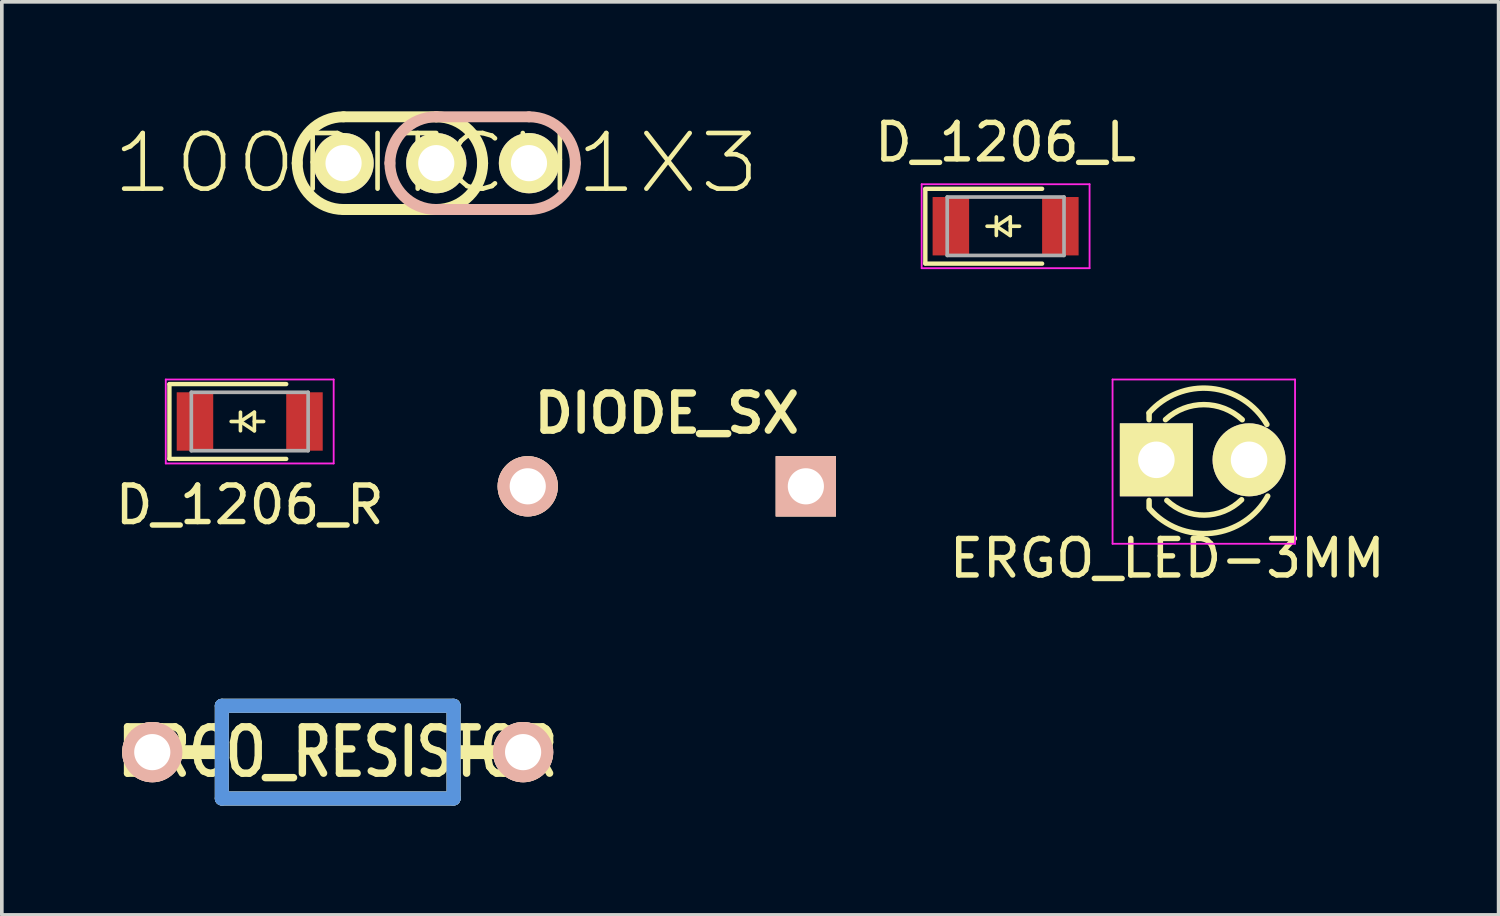
<source format=kicad_pcb>
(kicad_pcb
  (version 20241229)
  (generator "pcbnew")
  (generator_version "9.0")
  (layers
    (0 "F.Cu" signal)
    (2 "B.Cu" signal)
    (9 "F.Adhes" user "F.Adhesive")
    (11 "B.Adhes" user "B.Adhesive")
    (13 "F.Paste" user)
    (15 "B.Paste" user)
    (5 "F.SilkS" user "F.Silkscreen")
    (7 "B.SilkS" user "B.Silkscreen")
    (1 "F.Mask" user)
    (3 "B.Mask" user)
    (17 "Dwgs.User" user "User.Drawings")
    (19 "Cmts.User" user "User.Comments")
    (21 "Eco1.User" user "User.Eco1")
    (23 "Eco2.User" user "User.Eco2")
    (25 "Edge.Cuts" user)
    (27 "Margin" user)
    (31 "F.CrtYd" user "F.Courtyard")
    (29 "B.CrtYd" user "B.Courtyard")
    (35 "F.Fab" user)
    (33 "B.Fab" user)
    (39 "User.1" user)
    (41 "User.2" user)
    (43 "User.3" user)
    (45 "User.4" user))
  (footprint "DIODE_SX"
    (layer "F.Cu")
    (at 15.219 10.274)
    (property "Reference" "DIODE_SX" (at 0 -2 0) (layer "F.SilkS") (effects (font (size 1.016 1.016) (thickness 0.203))))
    (attr through_hole)
    (pad "1" thru_hole circle (at -3.81 0) (size 1.651 1.651) (drill 0.991) (layers "*.Cu" "*.SilkS" "*.Mask"))
    (pad "2" thru_hole rect (at 3.81 0) (size 1.651 1.651) (drill 0.991) (layers "*.Cu" "*.SilkS" "*.Mask")))
  (footprint "D_1206_R"
    (layer "F.Cu")
    (at 3.792 8.498)
    (property "Reference" "D_1206_R" (at 0 2.286 0) (layer "F.SilkS") (effects (font (size 1 1) (thickness 0.15))))
    (attr smd)
    (fp_line (start -2.2 -1.016) (end -2.2 1.016) (stroke (width 0.12) (type solid)) (layer "F.SilkS"))
    (fp_line (start -2.2 1.025) (end 1 1.025) (stroke (width 0.12) (type solid)) (layer "F.SilkS"))
    (fp_line (start -0.254 -0.254) (end -0.254 0.254) (stroke (width 0.1) (type solid)) (layer "F.SilkS"))
    (fp_line (start -0.254 0) (end -0.508 0) (stroke (width 0.1) (type solid)) (layer "F.SilkS"))
    (fp_line (start -0.254 0) (end 0.127 -0.254) (stroke (width 0.1) (type solid)) (layer "F.SilkS"))
    (fp_line (start 0.127 -0.254) (end 0.127 0.254) (stroke (width 0.1) (type solid)) (layer "F.SilkS"))
    (fp_line (start 0.127 0) (end 0.381 0) (stroke (width 0.1) (type solid)) (layer "F.SilkS"))
    (fp_line (start 0.127 0.254) (end -0.254 0) (stroke (width 0.1) (type solid)) (layer "F.SilkS"))
    (fp_line (start 1 -1.025) (end -2.2 -1.025) (stroke (width 0.12) (type solid)) (layer "F.SilkS"))
    (fp_line (start -2.3 -1.15) (end -2.3 1.15) (stroke (width 0.05) (type solid)) (layer "F.CrtYd"))
    (fp_line (start -2.3 -1.15) (end 2.3 -1.15) (stroke (width 0.05) (type solid)) (layer "F.CrtYd"))
    (fp_line (start -2.3 1.15) (end 2.3 1.15) (stroke (width 0.05) (type solid)) (layer "F.CrtYd"))
    (fp_line (start 2.3 -1.15) (end 2.3 1.15) (stroke (width 0.05) (type solid)) (layer "F.CrtYd"))
    (fp_line (start -1.6 -0.8) (end 1.6 -0.8) (stroke (width 0.1) (type solid)) (layer "F.Fab"))
    (fp_line (start -1.6 0.8) (end -1.6 -0.8) (stroke (width 0.1) (type solid)) (layer "F.Fab"))
    (fp_line (start 1.6 -0.8) (end 1.6 0.8) (stroke (width 0.1) (type solid)) (layer "F.Fab"))
    (fp_line (start 1.6 0.8) (end -1.6 0.8) (stroke (width 0.1) (type solid)) (layer "F.Fab"))
    (pad "1" smd rect (at -1.5 0) (size 1 1.6) (layers "F.Cu" "F.Mask" "F.Paste"))
    (pad "2" smd rect (at 1.5 0) (size 1 1.6) (layers "F.Cu" "F.Mask" "F.Paste")))
  (footprint "ERGO_LED-3MM"
    (layer "F.Cu")
    (at 28.632 9.548)
    (property "Reference" "ERGO_LED-3MM" (at 0.3 2.7 0) (layer "F.SilkS") (effects (font (size 1 1) (thickness 0.15))))
    (attr through_hole)
    (fp_line (start -0.199 -1.28) (end -0.199 -1.1) (stroke (width 0.15) (type solid)) (layer "F.SilkS"))
    (fp_line (start -0.199 1.314) (end -0.199 1.114) (stroke (width 0.15) (type solid)) (layer "F.SilkS"))
    (fp_arc (start -0.199 -1.286) (mid 1.495903 -1.954571) (end 3.028744 -0.969643) (stroke (width 0.15) (type solid)) (layer "F.SilkS"))
    (fp_arc (start 0.25 -1.1) (mid 1.301686 -1.512142) (end 2.353005 -1.099067) (stroke (width 0.15) (type solid)) (layer "F.SilkS"))
    (fp_arc (start 2.335 1.094) (mid 1.31492 1.51473) (end 0.287111 1.113252) (stroke (width 0.15) (type solid)) (layer "F.SilkS"))
    (fp_arc (start 3.051 0.994) (mid 1.522637 2.009958) (end -0.18622 1.340726) (stroke (width 0.15) (type solid)) (layer "F.SilkS"))
    (fp_line (start -1.2 -2.2) (end -1.2 2.3) (stroke (width 0.05) (type solid)) (layer "F.CrtYd"))
    (fp_line (start -1.2 2.3) (end 3.8 2.3) (stroke (width 0.05) (type solid)) (layer "F.CrtYd"))
    (fp_line (start 3.8 -2.2) (end -1.2 -2.2) (stroke (width 0.05) (type solid)) (layer "F.CrtYd"))
    (fp_line (start 3.8 2.3) (end 3.8 -2.2) (stroke (width 0.05) (type solid)) (layer "F.CrtYd"))
    (fp_text user "" (at -1.69 1.74 0) (layer "F.SilkS") (effects (font (size 1 1) (thickness 0.15))))
    (pad "1" thru_hole rect (at 0 0 90) (size 2 2) (drill 1.001) (layers "*.Cu" "*.Mask" "F.SilkS"))
    (pad "2" thru_hole circle (at 2.54 0) (size 2 2) (drill 1.001) (layers "*.Cu" "*.Mask" "F.SilkS")))
  (footprint "100PITCH1X3"
    (layer "F.Cu")
    (at 8.903 1.42)
    (property "Reference" "100PITCH1X3" (at 0 0 0) (layer "F.SilkS") (effects (font (size 1.524 1.778) (thickness 0.127))))
    (attr through_hole)
    (fp_line (start -2.54 0) (end 0 0) (stroke (width 2) (type solid)) (layer "F.Mask"))
    (fp_line (start 0 0) (end 2.54 0) (stroke (width 2) (type solid)) (layer "B.Mask"))
    (fp_line (start -2.54 -1.27) (end 0 -1.27) (stroke (width 0.3) (type solid)) (layer "F.SilkS"))
    (fp_line (start -2.54 1.27) (end 0 1.27) (stroke (width 0.3) (type solid)) (layer "F.SilkS"))
    (fp_arc (start -3.81 0) (mid -3.438026 -0.898026) (end -2.54 -1.27) (stroke (width 0.3) (type solid)) (layer "F.SilkS"))
    (fp_arc (start -2.54 1.27) (mid -3.438026 0.898026) (end -3.81 0) (stroke (width 0.3) (type solid)) (layer "F.SilkS"))
    (fp_arc (start 0 -1.27) (mid 0.898026 -0.898026) (end 1.27 0) (stroke (width 0.3) (type solid)) (layer "F.SilkS"))
    (fp_arc (start 1.27 0) (mid 0.898026 0.898026) (end 0 1.27) (stroke (width 0.3) (type solid)) (layer "F.SilkS"))
    (fp_line (start 0 -1.27) (end 2.54 -1.27) (stroke (width 0.3) (type solid)) (layer "B.SilkS"))
    (fp_line (start 0 1.27) (end 2.54 1.27) (stroke (width 0.3) (type solid)) (layer "B.SilkS"))
    (fp_arc (start -1.27 0) (mid -0.898026 -0.898026) (end 0 -1.27) (stroke (width 0.3) (type solid)) (layer "B.SilkS"))
    (fp_arc (start 0 1.27) (mid -0.898026 0.898026) (end -1.27 0) (stroke (width 0.3) (type solid)) (layer "B.SilkS"))
    (fp_arc (start 2.54 -1.27) (mid 3.438026 -0.898026) (end 3.81 0) (stroke (width 0.3) (type solid)) (layer "B.SilkS"))
    (fp_arc (start 3.81 0) (mid 3.438026 0.898026) (end 2.54 1.27) (stroke (width 0.3) (type solid)) (layer "B.SilkS"))
    (pad "1" thru_hole circle (at -2.54 0) (size 1.651 1.651) (drill 0.991) (layers "*.Cu" "*.Mask" "F.SilkS"))
    (pad "2" thru_hole circle (at 0 0) (size 1.651 1.651) (drill 0.991) (layers "*.Cu" "*.Mask" "F.SilkS"))
    (pad "3" thru_hole circle (at 2.54 0) (size 1.651 1.651) (drill 0.991) (layers "*.Cu" "*.Mask" "F.SilkS")))
  (footprint "D_1206_L"
    (layer "F.Cu")
    (at 24.502 3.148)
    (property "Reference" "D_1206_L" (at 0 -2.3 0) (layer "F.SilkS") (effects (font (size 1 1) (thickness 0.15))))
    (attr smd)
    (fp_line (start -2.2 -1.016) (end -2.2 1.016) (stroke (width 0.12) (type solid)) (layer "F.SilkS"))
    (fp_line (start -2.2 1.025) (end 1 1.025) (stroke (width 0.12) (type solid)) (layer "F.SilkS"))
    (fp_line (start -0.254 -0.254) (end -0.254 0.254) (stroke (width 0.1) (type solid)) (layer "F.SilkS"))
    (fp_line (start -0.254 0) (end -0.508 0) (stroke (width 0.1) (type solid)) (layer "F.SilkS"))
    (fp_line (start -0.254 0) (end 0.127 -0.254) (stroke (width 0.1) (type solid)) (layer "F.SilkS"))
    (fp_line (start 0.127 -0.254) (end 0.127 0.254) (stroke (width 0.1) (type solid)) (layer "F.SilkS"))
    (fp_line (start 0.127 0) (end 0.381 0) (stroke (width 0.1) (type solid)) (layer "F.SilkS"))
    (fp_line (start 0.127 0.254) (end -0.254 0) (stroke (width 0.1) (type solid)) (layer "F.SilkS"))
    (fp_line (start 1 -1.025) (end -2.2 -1.025) (stroke (width 0.12) (type solid)) (layer "F.SilkS"))
    (fp_line (start -2.3 -1.15) (end -2.3 1.15) (stroke (width 0.05) (type solid)) (layer "F.CrtYd"))
    (fp_line (start -2.3 -1.15) (end 2.3 -1.15) (stroke (width 0.05) (type solid)) (layer "F.CrtYd"))
    (fp_line (start -2.3 1.15) (end 2.3 1.15) (stroke (width 0.05) (type solid)) (layer "F.CrtYd"))
    (fp_line (start 2.3 -1.15) (end 2.3 1.15) (stroke (width 0.05) (type solid)) (layer "F.CrtYd"))
    (fp_line (start -1.6 -0.8) (end 1.6 -0.8) (stroke (width 0.1) (type solid)) (layer "F.Fab"))
    (fp_line (start -1.6 0.8) (end -1.6 -0.8) (stroke (width 0.1) (type solid)) (layer "F.Fab"))
    (fp_line (start 1.6 -0.8) (end 1.6 0.8) (stroke (width 0.1) (type solid)) (layer "F.Fab"))
    (fp_line (start 1.6 0.8) (end -1.6 0.8) (stroke (width 0.1) (type solid)) (layer "F.Fab"))
    (pad "1" smd rect (at -1.5 0) (size 1 1.6) (layers "F.Cu" "F.Mask" "F.Paste"))
    (pad "2" smd rect (at 1.5 0) (size 1 1.6) (layers "F.Cu" "F.Mask" "F.Paste")))
  (footprint "ERGO_RESISTOR"
    (layer "F.Cu")
    (at 6.202 17.557)
    (property "Reference" "ERGO_RESISTOR" (at 0 0 0) (layer "F.SilkS") (effects (font (size 1.27 1.016) (thickness 0.203))))
    (attr through_hole)
    (fp_line (start -5.08 0) (end -3.175 0) (stroke (width 0.381) (type solid)) (layer "F.SilkS"))
    (fp_line (start -3.175 -1.27) (end 3.175 -1.27) (stroke (width 0.381) (type solid)) (layer "F.SilkS"))
    (fp_line (start -3.175 1.27) (end -3.175 -1.27) (stroke (width 0.381) (type solid)) (layer "F.SilkS"))
    (fp_line (start 3.175 -1.27) (end 3.175 1.27) (stroke (width 0.381) (type solid)) (layer "F.SilkS"))
    (fp_line (start 3.175 1.27) (end -3.175 1.27) (stroke (width 0.381) (type solid)) (layer "F.SilkS"))
    (fp_line (start 5.08 0) (end 3.175 0) (stroke (width 0.381) (type solid)) (layer "F.SilkS"))
    (fp_line (start -3.175 -1.27) (end 3.175 -1.27) (stroke (width 0.381) (type solid)) (layer "Dwgs.User"))
    (fp_line (start -3.175 1.27) (end -3.175 -1.27) (stroke (width 0.381) (type solid)) (layer "Dwgs.User"))
    (fp_line (start 0 0) (end 0 0) (stroke (width 0.025) (type solid)) (layer "Dwgs.User"))
    (fp_line (start 3.175 -1.27) (end 3.175 1.27) (stroke (width 0.381) (type solid)) (layer "Dwgs.User"))
    (fp_line (start 3.175 1.27) (end -3.175 1.27) (stroke (width 0.381) (type solid)) (layer "Dwgs.User"))
    (fp_line (start -3.175 -1.27) (end 3.175 -1.27) (stroke (width 0.381) (type solid)) (layer "Cmts.User"))
    (fp_line (start -3.175 1.27) (end -3.175 -1.27) (stroke (width 0.381) (type solid)) (layer "Cmts.User"))
    (fp_line (start 3.175 -1.27) (end 3.175 1.27) (stroke (width 0.381) (type solid)) (layer "Cmts.User"))
    (fp_line (start 3.175 1.27) (end -3.175 1.27) (stroke (width 0.381) (type solid)) (layer "Cmts.User"))
    (pad "1" thru_hole circle (at -5.08 0) (size 1.651 1.651) (drill 0.991) (layers "*.Cu" "*.SilkS" "*.Mask"))
    (pad "2" thru_hole circle (at 5.08 0) (size 1.651 1.651) (drill 0.991) (layers "*.Cu" "*.SilkS" "*.Mask")))
  (gr_rect
    (start -3 -3)
    (end 38.009 22.017)
    (stroke (width 0.1) (type default))
    (fill no)
    (layer "Edge.Cuts")))
</source>
